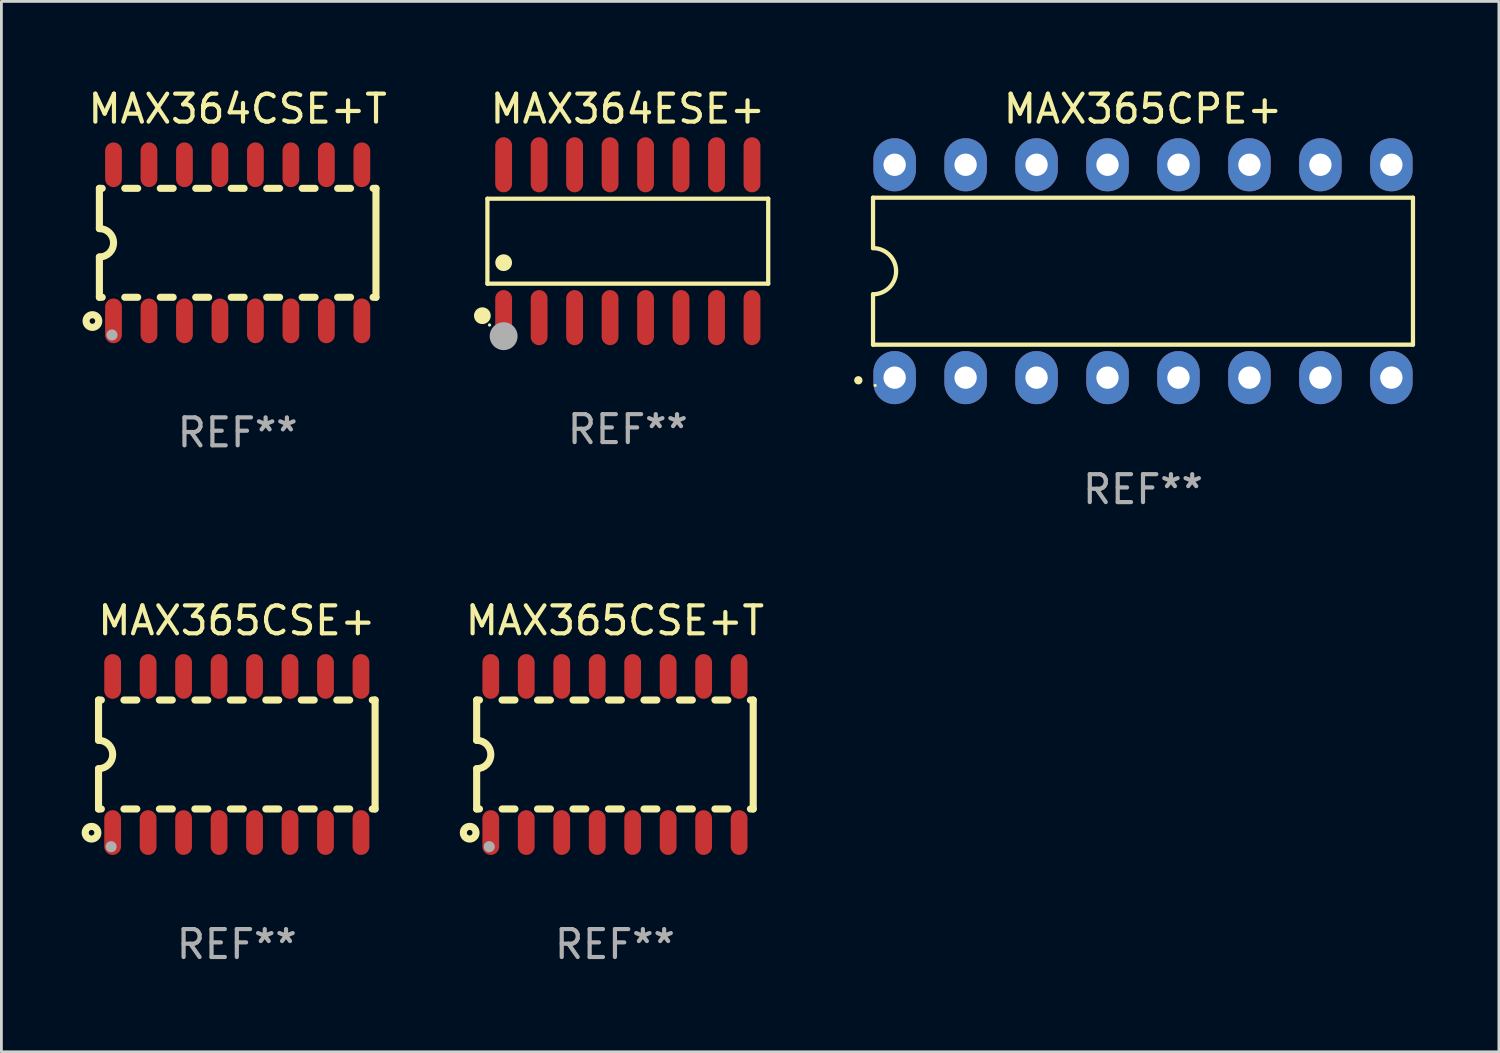
<source format=kicad_pcb>
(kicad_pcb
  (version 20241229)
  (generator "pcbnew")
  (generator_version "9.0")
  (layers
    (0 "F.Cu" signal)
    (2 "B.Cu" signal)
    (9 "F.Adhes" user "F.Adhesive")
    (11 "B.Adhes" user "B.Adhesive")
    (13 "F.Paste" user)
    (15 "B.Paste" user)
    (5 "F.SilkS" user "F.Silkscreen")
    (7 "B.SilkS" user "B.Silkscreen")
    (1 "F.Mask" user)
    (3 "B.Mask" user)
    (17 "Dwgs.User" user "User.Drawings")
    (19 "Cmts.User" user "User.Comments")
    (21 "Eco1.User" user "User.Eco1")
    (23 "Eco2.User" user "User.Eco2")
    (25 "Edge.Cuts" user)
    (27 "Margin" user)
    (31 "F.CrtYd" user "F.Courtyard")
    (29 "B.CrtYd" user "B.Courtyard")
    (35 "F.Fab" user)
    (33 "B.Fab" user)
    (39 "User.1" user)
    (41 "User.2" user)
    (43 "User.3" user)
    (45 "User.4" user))
  (footprint "MAX364CSE+T"
    (layer "F.Cu")
    (at 5.458 5.642)
    (property "Reference" "MAX364CSE+T" (at 0 -4.794 0) (layer "F.SilkS") (effects (font (size 1 1) (thickness 0.15))))
    (attr through_hole)
    (fp_line (start -4.95 -1.95) (end -4.95 -0.508) (stroke (width 0.254) (type solid)) (layer "F.SilkS"))
    (fp_line (start -4.95 -1.95) (end -4.849 -1.95) (stroke (width 0.254) (type solid)) (layer "F.SilkS"))
    (fp_line (start -4.95 1.95) (end -4.95 0.508) (stroke (width 0.254) (type solid)) (layer "F.SilkS"))
    (fp_line (start -4.95 1.95) (end -4.849 1.95) (stroke (width 0.254) (type solid)) (layer "F.SilkS"))
    (fp_line (start -4.041 -1.95) (end -3.579 -1.95) (stroke (width 0.254) (type solid)) (layer "F.SilkS"))
    (fp_line (start -4.041 1.95) (end -3.579 1.95) (stroke (width 0.254) (type solid)) (layer "F.SilkS"))
    (fp_line (start -2.771 -1.95) (end -2.309 -1.95) (stroke (width 0.254) (type solid)) (layer "F.SilkS"))
    (fp_line (start -2.771 1.95) (end -2.309 1.95) (stroke (width 0.254) (type solid)) (layer "F.SilkS"))
    (fp_line (start -1.501 -1.95) (end -1.039 -1.95) (stroke (width 0.254) (type solid)) (layer "F.SilkS"))
    (fp_line (start -1.501 1.95) (end -1.039 1.95) (stroke (width 0.254) (type solid)) (layer "F.SilkS"))
    (fp_line (start -0.231 -1.95) (end 0.231 -1.95) (stroke (width 0.254) (type solid)) (layer "F.SilkS"))
    (fp_line (start -0.231 1.95) (end 0.231 1.95) (stroke (width 0.254) (type solid)) (layer "F.SilkS"))
    (fp_line (start 1.039 -1.95) (end 1.501 -1.95) (stroke (width 0.254) (type solid)) (layer "F.SilkS"))
    (fp_line (start 1.039 1.95) (end 1.501 1.95) (stroke (width 0.254) (type solid)) (layer "F.SilkS"))
    (fp_line (start 2.309 -1.95) (end 2.771 -1.95) (stroke (width 0.254) (type solid)) (layer "F.SilkS"))
    (fp_line (start 2.309 1.95) (end 2.771 1.95) (stroke (width 0.254) (type solid)) (layer "F.SilkS"))
    (fp_line (start 3.579 -1.95) (end 4.041 -1.95) (stroke (width 0.254) (type solid)) (layer "F.SilkS"))
    (fp_line (start 3.579 1.95) (end 4.041 1.95) (stroke (width 0.254) (type solid)) (layer "F.SilkS"))
    (fp_line (start 4.849 -1.95) (end 4.95 -1.95) (stroke (width 0.254) (type solid)) (layer "F.SilkS"))
    (fp_line (start 4.849 1.95) (end 4.95 1.95) (stroke (width 0.254) (type solid)) (layer "F.SilkS"))
    (fp_line (start 4.95 -1.95) (end 4.95 1.95) (stroke (width 0.254) (type solid)) (layer "F.SilkS"))
    (fp_arc (start -4.95047 -0.508001) (mid -4.442469 -0.000228) (end -4.950013 0.508001) (stroke (width 0.254001) (type solid)) (layer "F.SilkS"))
    (fp_circle (center -5.2 2.8) (end -5.1 2.8) (stroke (width 0.254) (type solid)) (fill no) (layer "F.SilkS"))
    (fp_circle (center -4.95 2.947) (end -4.92 2.947) (stroke (width 0.06) (type solid)) (fill no) (layer "F.SilkS"))
    (fp_circle (center -4.5 3.3) (end -4.4 3.3) (stroke (width 0.2) (type solid)) (fill no) (layer "F.Fab"))
    (fp_text user "REF**" (at 0 6.794 0) (layer "F.Fab") (effects (font (size 1 1) (thickness 0.15))))
    (pad "1" smd oval (at -4.445 2.794) (size 0.6 1.6) (layers "F.Cu" "F.Mask" "F.Paste"))
    (pad "2" smd oval (at -3.175 2.794) (size 0.6 1.6) (layers "F.Cu" "F.Mask" "F.Paste"))
    (pad "3" smd oval (at -1.905 2.794) (size 0.6 1.6) (layers "F.Cu" "F.Mask" "F.Paste"))
    (pad "4" smd oval (at -0.635 2.794) (size 0.6 1.6) (layers "F.Cu" "F.Mask" "F.Paste"))
    (pad "5" smd oval (at 0.635 2.794) (size 0.6 1.6) (layers "F.Cu" "F.Mask" "F.Paste"))
    (pad "6" smd oval (at 1.905 2.794) (size 0.6 1.6) (layers "F.Cu" "F.Mask" "F.Paste"))
    (pad "7" smd oval (at 3.175 2.794) (size 0.6 1.6) (layers "F.Cu" "F.Mask" "F.Paste"))
    (pad "8" smd oval (at 4.445 2.794) (size 0.6 1.6) (layers "F.Cu" "F.Mask" "F.Paste"))
    (pad "9" smd oval (at 4.445 -2.794) (size 0.6 1.6) (layers "F.Cu" "F.Mask" "F.Paste"))
    (pad "10" smd oval (at 3.175 -2.794) (size 0.6 1.6) (layers "F.Cu" "F.Mask" "F.Paste"))
    (pad "11" smd oval (at 1.905 -2.794) (size 0.6 1.6) (layers "F.Cu" "F.Mask" "F.Paste"))
    (pad "12" smd oval (at 0.635 -2.794) (size 0.6 1.6) (layers "F.Cu" "F.Mask" "F.Paste"))
    (pad "13" smd oval (at -0.635 -2.794) (size 0.6 1.6) (layers "F.Cu" "F.Mask" "F.Paste"))
    (pad "14" smd oval (at -1.905 -2.794) (size 0.6 1.6) (layers "F.Cu" "F.Mask" "F.Paste"))
    (pad "15" smd oval (at -3.175 -2.794) (size 0.6 1.6) (layers "F.Cu" "F.Mask" "F.Paste"))
    (pad "16" smd oval (at -4.445 -2.794) (size 0.6 1.6) (layers "F.Cu" "F.Mask" "F.Paste")))
  (footprint "MAX365CSE+T"
    (layer "F.Cu")
    (at 18.963 23.959)
    (property "Reference" "MAX365CSE+T" (at 0 -4.794 0) (layer "F.SilkS") (effects (font (size 1 1) (thickness 0.15))))
    (attr through_hole)
    (fp_line (start -4.95 -1.95) (end -4.95 -0.508) (stroke (width 0.254) (type solid)) (layer "F.SilkS"))
    (fp_line (start -4.95 -1.95) (end -4.849 -1.95) (stroke (width 0.254) (type solid)) (layer "F.SilkS"))
    (fp_line (start -4.95 1.95) (end -4.95 0.508) (stroke (width 0.254) (type solid)) (layer "F.SilkS"))
    (fp_line (start -4.95 1.95) (end -4.849 1.95) (stroke (width 0.254) (type solid)) (layer "F.SilkS"))
    (fp_line (start -4.041 -1.95) (end -3.579 -1.95) (stroke (width 0.254) (type solid)) (layer "F.SilkS"))
    (fp_line (start -4.041 1.95) (end -3.579 1.95) (stroke (width 0.254) (type solid)) (layer "F.SilkS"))
    (fp_line (start -2.771 -1.95) (end -2.309 -1.95) (stroke (width 0.254) (type solid)) (layer "F.SilkS"))
    (fp_line (start -2.771 1.95) (end -2.309 1.95) (stroke (width 0.254) (type solid)) (layer "F.SilkS"))
    (fp_line (start -1.501 -1.95) (end -1.039 -1.95) (stroke (width 0.254) (type solid)) (layer "F.SilkS"))
    (fp_line (start -1.501 1.95) (end -1.039 1.95) (stroke (width 0.254) (type solid)) (layer "F.SilkS"))
    (fp_line (start -0.231 -1.95) (end 0.231 -1.95) (stroke (width 0.254) (type solid)) (layer "F.SilkS"))
    (fp_line (start -0.231 1.95) (end 0.231 1.95) (stroke (width 0.254) (type solid)) (layer "F.SilkS"))
    (fp_line (start 1.039 -1.95) (end 1.501 -1.95) (stroke (width 0.254) (type solid)) (layer "F.SilkS"))
    (fp_line (start 1.039 1.95) (end 1.501 1.95) (stroke (width 0.254) (type solid)) (layer "F.SilkS"))
    (fp_line (start 2.309 -1.95) (end 2.771 -1.95) (stroke (width 0.254) (type solid)) (layer "F.SilkS"))
    (fp_line (start 2.309 1.95) (end 2.771 1.95) (stroke (width 0.254) (type solid)) (layer "F.SilkS"))
    (fp_line (start 3.579 -1.95) (end 4.041 -1.95) (stroke (width 0.254) (type solid)) (layer "F.SilkS"))
    (fp_line (start 3.579 1.95) (end 4.041 1.95) (stroke (width 0.254) (type solid)) (layer "F.SilkS"))
    (fp_line (start 4.849 -1.95) (end 4.95 -1.95) (stroke (width 0.254) (type solid)) (layer "F.SilkS"))
    (fp_line (start 4.849 1.95) (end 4.95 1.95) (stroke (width 0.254) (type solid)) (layer "F.SilkS"))
    (fp_line (start 4.95 -1.95) (end 4.95 1.95) (stroke (width 0.254) (type solid)) (layer "F.SilkS"))
    (fp_arc (start -4.95047 -0.508001) (mid -4.442469 -0.000228) (end -4.950013 0.508001) (stroke (width 0.254001) (type solid)) (layer "F.SilkS"))
    (fp_circle (center -5.2 2.8) (end -5.1 2.8) (stroke (width 0.254) (type solid)) (fill no) (layer "F.SilkS"))
    (fp_circle (center -4.95 2.947) (end -4.92 2.947) (stroke (width 0.06) (type solid)) (fill no) (layer "F.SilkS"))
    (fp_circle (center -4.5 3.3) (end -4.4 3.3) (stroke (width 0.2) (type solid)) (fill no) (layer "F.Fab"))
    (fp_text user "REF**" (at 0 6.794 0) (layer "F.Fab") (effects (font (size 1 1) (thickness 0.15))))
    (pad "1" smd oval (at -4.445 2.794) (size 0.6 1.6) (layers "F.Cu" "F.Mask" "F.Paste"))
    (pad "2" smd oval (at -3.175 2.794) (size 0.6 1.6) (layers "F.Cu" "F.Mask" "F.Paste"))
    (pad "3" smd oval (at -1.905 2.794) (size 0.6 1.6) (layers "F.Cu" "F.Mask" "F.Paste"))
    (pad "4" smd oval (at -0.635 2.794) (size 0.6 1.6) (layers "F.Cu" "F.Mask" "F.Paste"))
    (pad "5" smd oval (at 0.635 2.794) (size 0.6 1.6) (layers "F.Cu" "F.Mask" "F.Paste"))
    (pad "6" smd oval (at 1.905 2.794) (size 0.6 1.6) (layers "F.Cu" "F.Mask" "F.Paste"))
    (pad "7" smd oval (at 3.175 2.794) (size 0.6 1.6) (layers "F.Cu" "F.Mask" "F.Paste"))
    (pad "8" smd oval (at 4.445 2.794) (size 0.6 1.6) (layers "F.Cu" "F.Mask" "F.Paste"))
    (pad "9" smd oval (at 4.445 -2.794) (size 0.6 1.6) (layers "F.Cu" "F.Mask" "F.Paste"))
    (pad "10" smd oval (at 3.175 -2.794) (size 0.6 1.6) (layers "F.Cu" "F.Mask" "F.Paste"))
    (pad "11" smd oval (at 1.905 -2.794) (size 0.6 1.6) (layers "F.Cu" "F.Mask" "F.Paste"))
    (pad "12" smd oval (at 0.635 -2.794) (size 0.6 1.6) (layers "F.Cu" "F.Mask" "F.Paste"))
    (pad "13" smd oval (at -0.635 -2.794) (size 0.6 1.6) (layers "F.Cu" "F.Mask" "F.Paste"))
    (pad "14" smd oval (at -1.905 -2.794) (size 0.6 1.6) (layers "F.Cu" "F.Mask" "F.Paste"))
    (pad "15" smd oval (at -3.175 -2.794) (size 0.6 1.6) (layers "F.Cu" "F.Mask" "F.Paste"))
    (pad "16" smd oval (at -4.445 -2.794) (size 0.6 1.6) (layers "F.Cu" "F.Mask" "F.Paste")))
  (footprint "MAX365CSE+"
    (layer "F.Cu")
    (at 5.427 23.959)
    (property "Reference" "MAX365CSE+" (at 0 -4.794 0) (layer "F.SilkS") (effects (font (size 1 1) (thickness 0.15))))
    (attr through_hole)
    (fp_line (start -4.95 -1.95) (end -4.95 -0.508) (stroke (width 0.254) (type solid)) (layer "F.SilkS"))
    (fp_line (start -4.95 -1.95) (end -4.849 -1.95) (stroke (width 0.254) (type solid)) (layer "F.SilkS"))
    (fp_line (start -4.95 1.95) (end -4.95 0.508) (stroke (width 0.254) (type solid)) (layer "F.SilkS"))
    (fp_line (start -4.95 1.95) (end -4.849 1.95) (stroke (width 0.254) (type solid)) (layer "F.SilkS"))
    (fp_line (start -4.041 -1.95) (end -3.579 -1.95) (stroke (width 0.254) (type solid)) (layer "F.SilkS"))
    (fp_line (start -4.041 1.95) (end -3.579 1.95) (stroke (width 0.254) (type solid)) (layer "F.SilkS"))
    (fp_line (start -2.771 -1.95) (end -2.309 -1.95) (stroke (width 0.254) (type solid)) (layer "F.SilkS"))
    (fp_line (start -2.771 1.95) (end -2.309 1.95) (stroke (width 0.254) (type solid)) (layer "F.SilkS"))
    (fp_line (start -1.501 -1.95) (end -1.039 -1.95) (stroke (width 0.254) (type solid)) (layer "F.SilkS"))
    (fp_line (start -1.501 1.95) (end -1.039 1.95) (stroke (width 0.254) (type solid)) (layer "F.SilkS"))
    (fp_line (start -0.231 -1.95) (end 0.231 -1.95) (stroke (width 0.254) (type solid)) (layer "F.SilkS"))
    (fp_line (start -0.231 1.95) (end 0.231 1.95) (stroke (width 0.254) (type solid)) (layer "F.SilkS"))
    (fp_line (start 1.039 -1.95) (end 1.501 -1.95) (stroke (width 0.254) (type solid)) (layer "F.SilkS"))
    (fp_line (start 1.039 1.95) (end 1.501 1.95) (stroke (width 0.254) (type solid)) (layer "F.SilkS"))
    (fp_line (start 2.309 -1.95) (end 2.771 -1.95) (stroke (width 0.254) (type solid)) (layer "F.SilkS"))
    (fp_line (start 2.309 1.95) (end 2.771 1.95) (stroke (width 0.254) (type solid)) (layer "F.SilkS"))
    (fp_line (start 3.579 -1.95) (end 4.041 -1.95) (stroke (width 0.254) (type solid)) (layer "F.SilkS"))
    (fp_line (start 3.579 1.95) (end 4.041 1.95) (stroke (width 0.254) (type solid)) (layer "F.SilkS"))
    (fp_line (start 4.849 -1.95) (end 4.95 -1.95) (stroke (width 0.254) (type solid)) (layer "F.SilkS"))
    (fp_line (start 4.849 1.95) (end 4.95 1.95) (stroke (width 0.254) (type solid)) (layer "F.SilkS"))
    (fp_line (start 4.95 -1.95) (end 4.95 1.95) (stroke (width 0.254) (type solid)) (layer "F.SilkS"))
    (fp_arc (start -4.95047 -0.508001) (mid -4.442469 -0.000228) (end -4.950013 0.508001) (stroke (width 0.254001) (type solid)) (layer "F.SilkS"))
    (fp_circle (center -5.2 2.8) (end -5.1 2.8) (stroke (width 0.254) (type solid)) (fill no) (layer "F.SilkS"))
    (fp_circle (center -4.95 2.947) (end -4.92 2.947) (stroke (width 0.06) (type solid)) (fill no) (layer "F.SilkS"))
    (fp_circle (center -4.5 3.3) (end -4.4 3.3) (stroke (width 0.2) (type solid)) (fill no) (layer "F.Fab"))
    (fp_text user "REF**" (at 0 6.794 0) (layer "F.Fab") (effects (font (size 1 1) (thickness 0.15))))
    (pad "1" smd oval (at -4.445 2.794) (size 0.6 1.6) (layers "F.Cu" "F.Mask" "F.Paste"))
    (pad "2" smd oval (at -3.175 2.794) (size 0.6 1.6) (layers "F.Cu" "F.Mask" "F.Paste"))
    (pad "3" smd oval (at -1.905 2.794) (size 0.6 1.6) (layers "F.Cu" "F.Mask" "F.Paste"))
    (pad "4" smd oval (at -0.635 2.794) (size 0.6 1.6) (layers "F.Cu" "F.Mask" "F.Paste"))
    (pad "5" smd oval (at 0.635 2.794) (size 0.6 1.6) (layers "F.Cu" "F.Mask" "F.Paste"))
    (pad "6" smd oval (at 1.905 2.794) (size 0.6 1.6) (layers "F.Cu" "F.Mask" "F.Paste"))
    (pad "7" smd oval (at 3.175 2.794) (size 0.6 1.6) (layers "F.Cu" "F.Mask" "F.Paste"))
    (pad "8" smd oval (at 4.445 2.794) (size 0.6 1.6) (layers "F.Cu" "F.Mask" "F.Paste"))
    (pad "9" smd oval (at 4.445 -2.794) (size 0.6 1.6) (layers "F.Cu" "F.Mask" "F.Paste"))
    (pad "10" smd oval (at 3.175 -2.794) (size 0.6 1.6) (layers "F.Cu" "F.Mask" "F.Paste"))
    (pad "11" smd oval (at 1.905 -2.794) (size 0.6 1.6) (layers "F.Cu" "F.Mask" "F.Paste"))
    (pad "12" smd oval (at 0.635 -2.794) (size 0.6 1.6) (layers "F.Cu" "F.Mask" "F.Paste"))
    (pad "13" smd oval (at -0.635 -2.794) (size 0.6 1.6) (layers "F.Cu" "F.Mask" "F.Paste"))
    (pad "14" smd oval (at -1.905 -2.794) (size 0.6 1.6) (layers "F.Cu" "F.Mask" "F.Paste"))
    (pad "15" smd oval (at -3.175 -2.794) (size 0.6 1.6) (layers "F.Cu" "F.Mask" "F.Paste"))
    (pad "16" smd oval (at -4.445 -2.794) (size 0.6 1.6) (layers "F.Cu" "F.Mask" "F.Paste")))
  (footprint "MAX365CPE+"
    (layer "F.Cu")
    (at 37.866 6.658)
    (property "Reference" "MAX365CPE+" (at 0 -5.81 0) (layer "F.SilkS") (effects (font (size 1 1) (thickness 0.15))))
    (attr through_hole)
    (fp_line (start -9.664 -2.631) (end -9.664 -0.826) (stroke (width 0.152) (type solid)) (layer "F.SilkS"))
    (fp_line (start -9.664 0.826) (end -9.664 2.631) (stroke (width 0.152) (type solid)) (layer "F.SilkS"))
    (fp_line (start -9.664 2.631) (end 9.664 2.631) (stroke (width 0.152) (type solid)) (layer "F.SilkS"))
    (fp_line (start 9.664 -2.631) (end -9.664 -2.631) (stroke (width 0.152) (type solid)) (layer "F.SilkS"))
    (fp_line (start 9.664 2.631) (end 9.664 -2.631) (stroke (width 0.152) (type solid)) (layer "F.SilkS"))
    (fp_arc (start -9.663701 -0.825626) (mid -8.838075 0) (end -9.663701 0.825626) (stroke (width 0.1524) (type solid)) (layer "F.SilkS"))
    (fp_circle (center -10.19 3.905) (end -10.115 3.905) (stroke (width 0.15) (type solid)) (fill no) (layer "F.SilkS"))
    (fp_circle (center -9.588 4.09) (end -9.558 4.09) (stroke (width 0.06) (type solid)) (fill no) (layer "F.SilkS"))
    (fp_text user "REF**" (at 0 7.81 0) (layer "F.Fab") (effects (font (size 1 1) (thickness 0.15))))
    (pad "1" thru_hole oval (at -8.89 3.81) (size 1.52 1.9) (drill 0.8) (layers "*.Cu" "*.Mask"))
    (pad "2" thru_hole oval (at -6.35 3.81) (size 1.52 1.9) (drill 0.8) (layers "*.Cu" "*.Mask"))
    (pad "3" thru_hole oval (at -3.81 3.81) (size 1.52 1.9) (drill 0.8) (layers "*.Cu" "*.Mask"))
    (pad "4" thru_hole oval (at -1.27 3.81) (size 1.52 1.9) (drill 0.8) (layers "*.Cu" "*.Mask"))
    (pad "5" thru_hole oval (at 1.27 3.81) (size 1.52 1.9) (drill 0.8) (layers "*.Cu" "*.Mask"))
    (pad "6" thru_hole oval (at 3.81 3.81) (size 1.52 1.9) (drill 0.8) (layers "*.Cu" "*.Mask"))
    (pad "7" thru_hole oval (at 6.35 3.81) (size 1.52 1.9) (drill 0.8) (layers "*.Cu" "*.Mask"))
    (pad "8" thru_hole oval (at 8.89 3.81) (size 1.52 1.9) (drill 0.8) (layers "*.Cu" "*.Mask"))
    (pad "9" thru_hole oval (at 8.89 -3.81) (size 1.52 1.9) (drill 0.8) (layers "*.Cu" "*.Mask"))
    (pad "10" thru_hole oval (at 6.35 -3.81) (size 1.52 1.9) (drill 0.8) (layers "*.Cu" "*.Mask"))
    (pad "11" thru_hole oval (at 3.81 -3.81) (size 1.52 1.9) (drill 0.8) (layers "*.Cu" "*.Mask"))
    (pad "12" thru_hole oval (at 1.27 -3.81) (size 1.52 1.9) (drill 0.8) (layers "*.Cu" "*.Mask"))
    (pad "13" thru_hole oval (at -1.27 -3.81) (size 1.52 1.9) (drill 0.8) (layers "*.Cu" "*.Mask"))
    (pad "14" thru_hole oval (at -3.81 -3.81) (size 1.52 1.9) (drill 0.8) (layers "*.Cu" "*.Mask"))
    (pad "15" thru_hole oval (at -6.35 -3.81) (size 1.52 1.9) (drill 0.8) (layers "*.Cu" "*.Mask"))
    (pad "16" thru_hole oval (at -8.89 -3.81) (size 1.52 1.9) (drill 0.8) (layers "*.Cu" "*.Mask")))
  (footprint "MAX364ESE+"
    (layer "F.Cu")
    (at 19.424 5.584)
    (property "Reference" "MAX364ESE+" (at 0 -4.736 0) (layer "F.SilkS") (effects (font (size 1 1) (thickness 0.15))))
    (attr through_hole)
    (fp_line (start -5.026 -1.521) (end 5.026 -1.521) (stroke (width 0.152) (type solid)) (layer "F.SilkS"))
    (fp_line (start -5.026 1.521) (end -5.026 -1.521) (stroke (width 0.152) (type solid)) (layer "F.SilkS"))
    (fp_line (start 5.026 -1.521) (end 5.026 1.521) (stroke (width 0.152) (type solid)) (layer "F.SilkS"))
    (fp_line (start 5.026 1.521) (end -5.026 1.521) (stroke (width 0.152) (type solid)) (layer "F.SilkS"))
    (fp_circle (center -5.207 2.667) (end -5.057 2.667) (stroke (width 0.3) (type solid)) (fill no) (layer "F.SilkS"))
    (fp_circle (center -4.95 3) (end -4.92 3) (stroke (width 0.06) (type solid)) (fill no) (layer "F.SilkS"))
    (fp_circle (center -4.445 0.769) (end -4.295 0.769) (stroke (width 0.3) (type solid)) (fill no) (layer "F.SilkS"))
    (fp_circle (center -4.445 3.4) (end -4.195 3.4) (stroke (width 0.5) (type solid)) (fill no) (layer "F.Fab"))
    (fp_text user "REF**" (at 0 6.736 0) (layer "F.Fab") (effects (font (size 1 1) (thickness 0.15))))
    (pad "1" smd oval (at -4.445 2.736) (size 0.602 1.971) (layers "F.Cu" "F.Mask" "F.Paste"))
    (pad "2" smd oval (at -3.175 2.736) (size 0.602 1.971) (layers "F.Cu" "F.Mask" "F.Paste"))
    (pad "3" smd oval (at -1.905 2.736) (size 0.602 1.971) (layers "F.Cu" "F.Mask" "F.Paste"))
    (pad "4" smd oval (at -0.635 2.736) (size 0.602 1.971) (layers "F.Cu" "F.Mask" "F.Paste"))
    (pad "5" smd oval (at 0.635 2.736) (size 0.602 1.971) (layers "F.Cu" "F.Mask" "F.Paste"))
    (pad "6" smd oval (at 1.905 2.736) (size 0.602 1.971) (layers "F.Cu" "F.Mask" "F.Paste"))
    (pad "7" smd oval (at 3.175 2.736) (size 0.602 1.971) (layers "F.Cu" "F.Mask" "F.Paste"))
    (pad "8" smd oval (at 4.445 2.736) (size 0.602 1.971) (layers "F.Cu" "F.Mask" "F.Paste"))
    (pad "9" smd oval (at 4.445 -2.736) (size 0.602 1.971) (layers "F.Cu" "F.Mask" "F.Paste"))
    (pad "10" smd oval (at 3.175 -2.736) (size 0.602 1.971) (layers "F.Cu" "F.Mask" "F.Paste"))
    (pad "11" smd oval (at 1.905 -2.736) (size 0.602 1.971) (layers "F.Cu" "F.Mask" "F.Paste"))
    (pad "12" smd oval (at 0.635 -2.736) (size 0.602 1.971) (layers "F.Cu" "F.Mask" "F.Paste"))
    (pad "13" smd oval (at -0.635 -2.736) (size 0.602 1.971) (layers "F.Cu" "F.Mask" "F.Paste"))
    (pad "14" smd oval (at -1.905 -2.736) (size 0.602 1.971) (layers "F.Cu" "F.Mask" "F.Paste"))
    (pad "15" smd oval (at -3.175 -2.736) (size 0.602 1.971) (layers "F.Cu" "F.Mask" "F.Paste"))
    (pad "16" smd oval (at -4.445 -2.736) (size 0.602 1.971) (layers "F.Cu" "F.Mask" "F.Paste")))
  (gr_rect
    (start -3 -3)
    (end 50.606 34.601)
    (stroke (width 0.1) (type default))
    (fill no)
    (layer "Edge.Cuts")))
</source>
